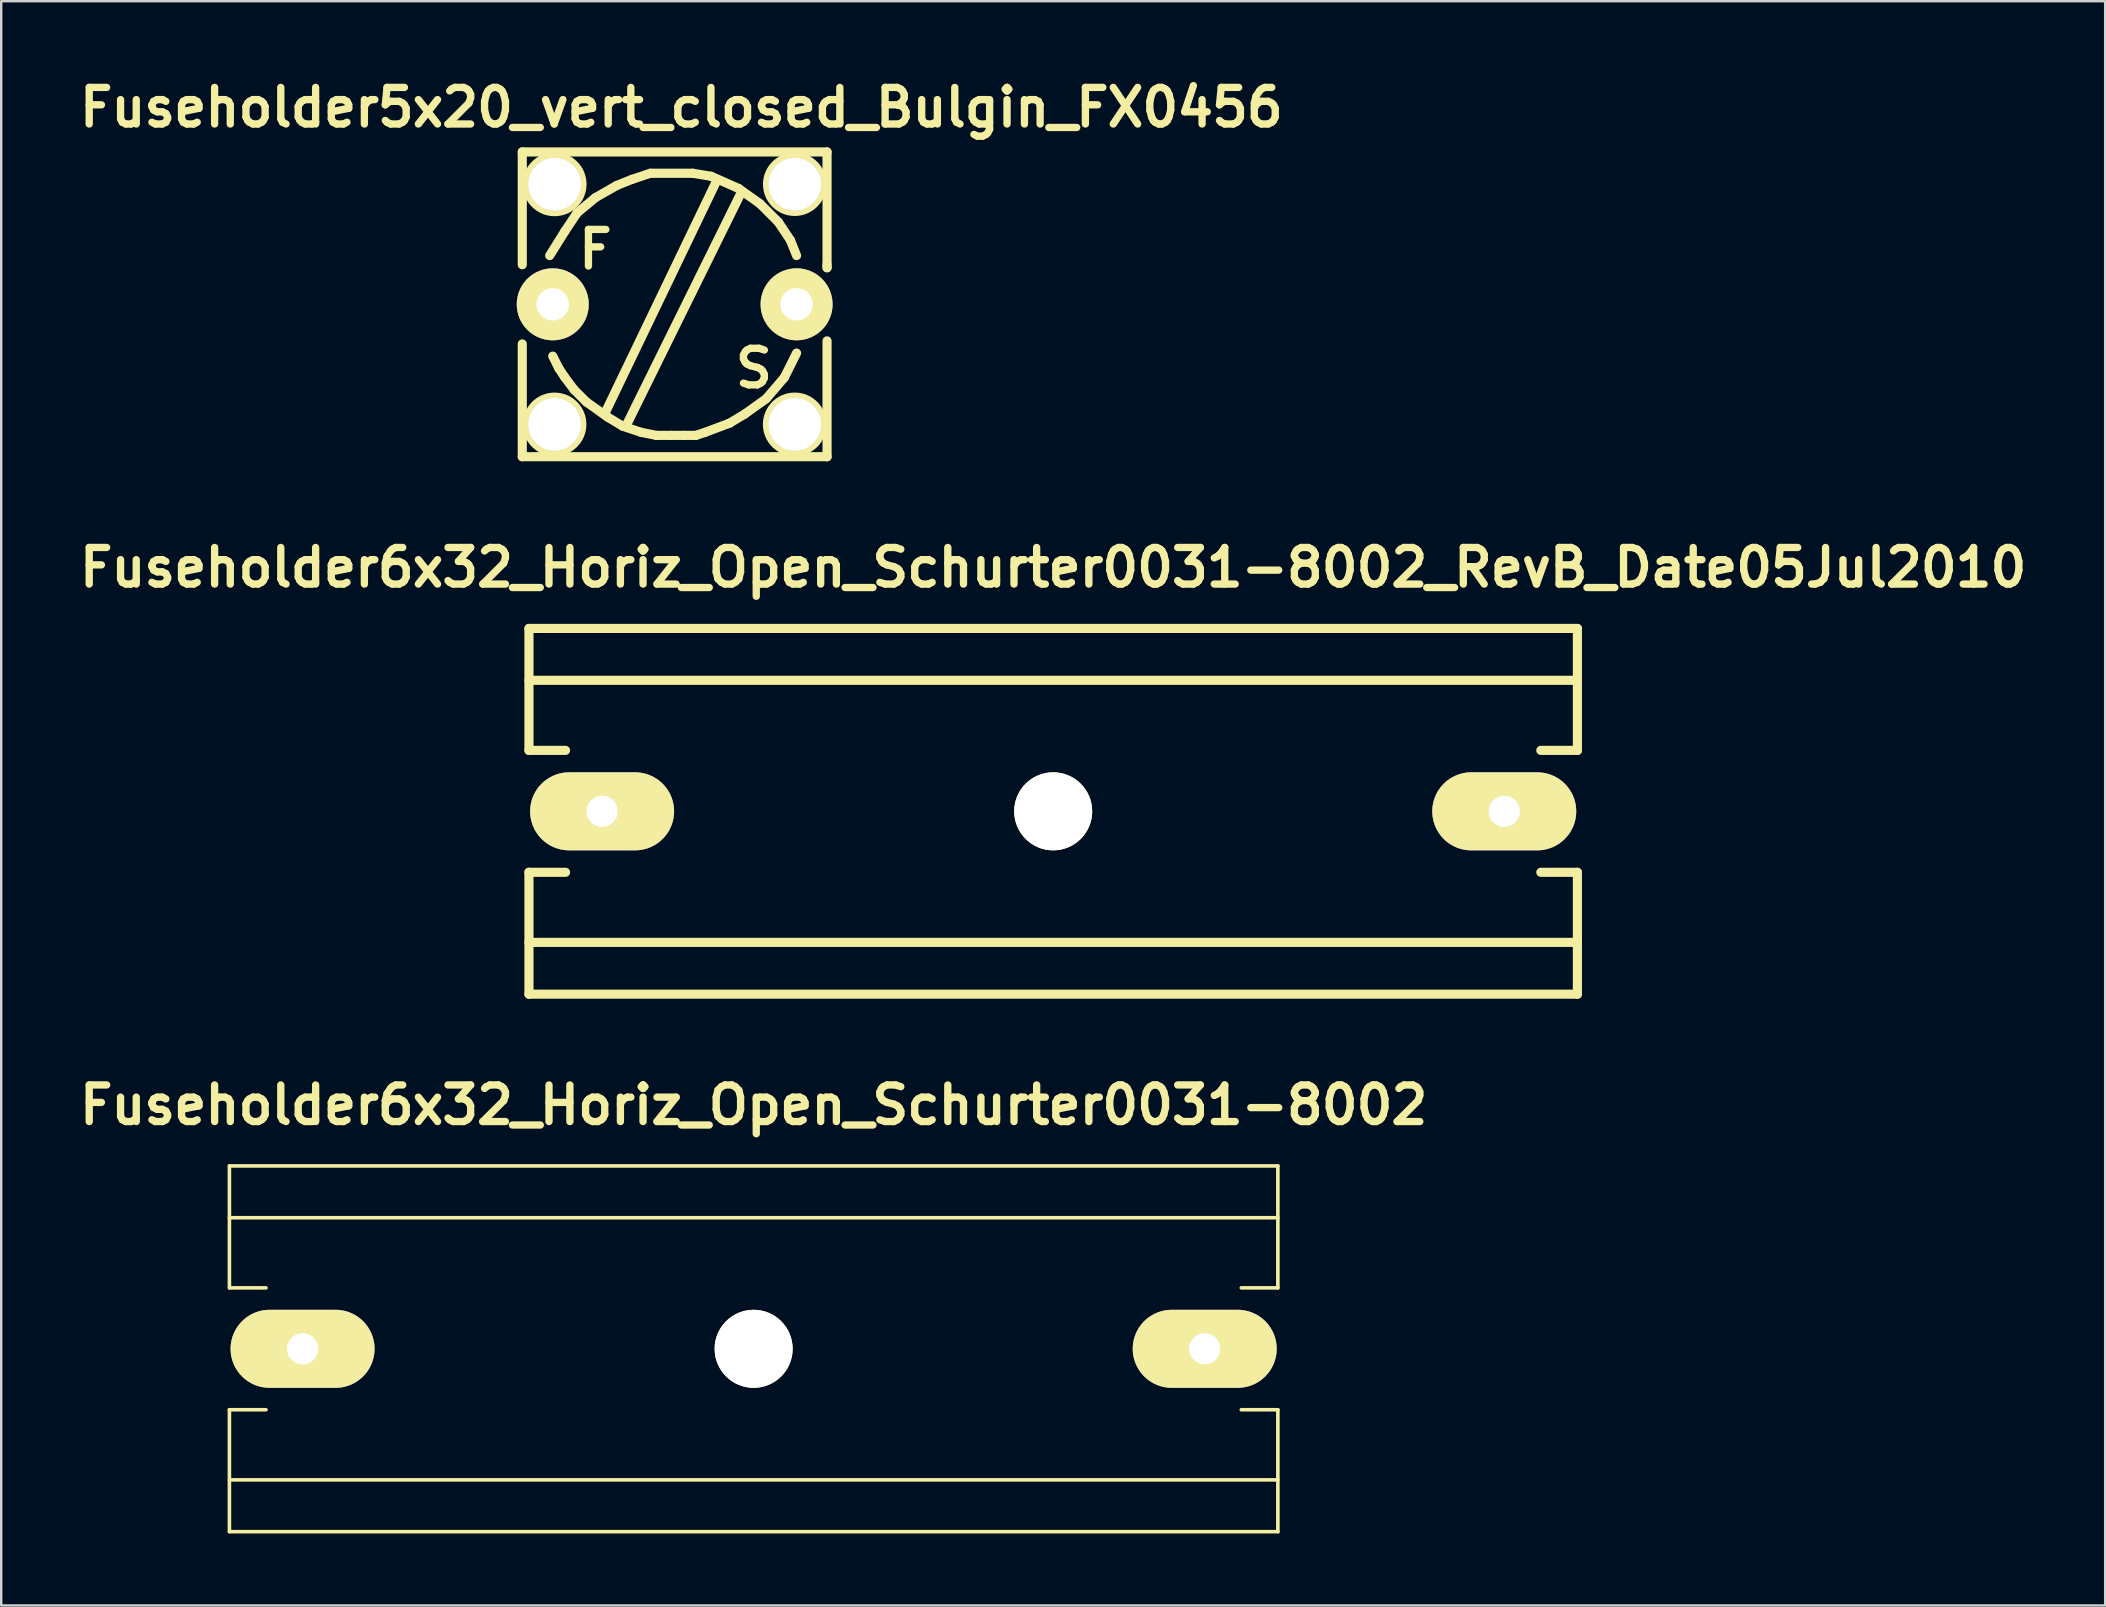
<source format=kicad_pcb>
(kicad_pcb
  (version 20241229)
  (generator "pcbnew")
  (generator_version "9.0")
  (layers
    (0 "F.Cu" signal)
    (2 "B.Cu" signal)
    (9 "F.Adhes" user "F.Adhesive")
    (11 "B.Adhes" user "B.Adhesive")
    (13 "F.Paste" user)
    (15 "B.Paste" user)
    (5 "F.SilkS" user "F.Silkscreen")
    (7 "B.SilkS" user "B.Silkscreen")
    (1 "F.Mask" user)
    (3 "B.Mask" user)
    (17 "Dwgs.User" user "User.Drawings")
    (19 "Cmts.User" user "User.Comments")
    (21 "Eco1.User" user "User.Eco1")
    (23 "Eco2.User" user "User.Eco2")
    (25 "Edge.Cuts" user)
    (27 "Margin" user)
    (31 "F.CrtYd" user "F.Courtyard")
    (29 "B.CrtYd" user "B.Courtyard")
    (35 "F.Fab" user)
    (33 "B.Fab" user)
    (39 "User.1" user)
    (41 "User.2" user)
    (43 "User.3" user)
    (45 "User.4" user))
  (footprint "Fuseholder5x20_vert_closed_Bulgin_FX0456"
    (layer "F.Cu")
    (at 25.063 9.631)
    (property "Reference" "Fuseholder5x20_vert_closed_Bulgin_FX0456" (at 0.279 -8.204 0) (layer "F.SilkS") (effects (font (size 1.524 1.524) (thickness 0.305))))
    (attr through_hole)
    (fp_line (start -6.35 -6.35) (end -6.35 -1.651) (stroke (width 0.381) (type solid)) (layer "F.SilkS"))
    (fp_line (start -6.35 6.35) (end -6.35 1.651) (stroke (width 0.381) (type solid)) (layer "F.SilkS"))
    (fp_line (start -6.35 6.35) (end 6.35 6.35) (stroke (width 0.381) (type solid)) (layer "F.SilkS"))
    (fp_line (start -5.08 2.159) (end -4.826 2.667) (stroke (width 0.381) (type solid)) (layer "F.SilkS"))
    (fp_line (start -4.826 2.667) (end -4.572 3.048) (stroke (width 0.381) (type solid)) (layer "F.SilkS"))
    (fp_line (start -4.572 -3.048) (end -5.207 -2.032) (stroke (width 0.381) (type solid)) (layer "F.SilkS"))
    (fp_line (start -4.572 3.048) (end -4.191 3.556) (stroke (width 0.381) (type solid)) (layer "F.SilkS"))
    (fp_line (start -4.191 3.556) (end -3.683 4.064) (stroke (width 0.381) (type solid)) (layer "F.SilkS"))
    (fp_line (start -4.064 -3.81) (end -4.572 -3.048) (stroke (width 0.381) (type solid)) (layer "F.SilkS"))
    (fp_line (start -3.683 4.064) (end -2.794 4.699) (stroke (width 0.381) (type solid)) (layer "F.SilkS"))
    (fp_line (start -3.302 -4.445) (end -4.064 -3.81) (stroke (width 0.381) (type solid)) (layer "F.SilkS"))
    (fp_line (start -2.794 4.699) (end -2.159 5.08) (stroke (width 0.381) (type solid)) (layer "F.SilkS"))
    (fp_line (start -2.413 -4.953) (end -3.302 -4.445) (stroke (width 0.381) (type solid)) (layer "F.SilkS"))
    (fp_line (start -2.159 5.08) (end -1.397 5.334) (stroke (width 0.381) (type solid)) (layer "F.SilkS"))
    (fp_line (start -1.778 -5.207) (end -2.413 -4.953) (stroke (width 0.381) (type solid)) (layer "F.SilkS"))
    (fp_line (start -1.397 5.334) (end -0.762 5.461) (stroke (width 0.381) (type solid)) (layer "F.SilkS"))
    (fp_line (start -1.016 -5.461) (end -1.778 -5.207) (stroke (width 0.381) (type solid)) (layer "F.SilkS"))
    (fp_line (start -0.762 5.461) (end -0.127 5.461) (stroke (width 0.381) (type solid)) (layer "F.SilkS"))
    (fp_line (start -0.127 5.461) (end 0.381 5.461) (stroke (width 0.381) (type solid)) (layer "F.SilkS"))
    (fp_line (start 0.381 5.461) (end 0.889 5.461) (stroke (width 0.381) (type solid)) (layer "F.SilkS"))
    (fp_line (start 0.762 -5.461) (end -1.016 -5.461) (stroke (width 0.381) (type solid)) (layer "F.SilkS"))
    (fp_line (start 0.889 5.461) (end 1.27 5.334) (stroke (width 0.381) (type solid)) (layer "F.SilkS"))
    (fp_line (start 1.27 5.334) (end 2.286 4.953) (stroke (width 0.381) (type solid)) (layer "F.SilkS"))
    (fp_line (start 1.524 -5.334) (end 0.762 -5.461) (stroke (width 0.381) (type solid)) (layer "F.SilkS"))
    (fp_line (start 1.778 -5.207) (end -2.921 4.572) (stroke (width 0.381) (type solid)) (layer "F.SilkS"))
    (fp_line (start 2.286 4.953) (end 2.921 4.572) (stroke (width 0.381) (type solid)) (layer "F.SilkS"))
    (fp_line (start 2.667 -4.826) (end 1.524 -5.334) (stroke (width 0.381) (type solid)) (layer "F.SilkS"))
    (fp_line (start 2.794 -4.699) (end -2.032 5.08) (stroke (width 0.381) (type solid)) (layer "F.SilkS"))
    (fp_line (start 2.921 4.572) (end 3.81 3.937) (stroke (width 0.381) (type solid)) (layer "F.SilkS"))
    (fp_line (start 3.556 -4.191) (end 2.667 -4.826) (stroke (width 0.381) (type solid)) (layer "F.SilkS"))
    (fp_line (start 3.81 3.937) (end 4.572 3.048) (stroke (width 0.381) (type solid)) (layer "F.SilkS"))
    (fp_line (start 4.318 -3.429) (end 3.556 -4.191) (stroke (width 0.381) (type solid)) (layer "F.SilkS"))
    (fp_line (start 4.572 3.048) (end 5.08 2.032) (stroke (width 0.381) (type solid)) (layer "F.SilkS"))
    (fp_line (start 4.826 -2.667) (end 4.318 -3.429) (stroke (width 0.381) (type solid)) (layer "F.SilkS"))
    (fp_line (start 5.08 -2.032) (end 4.826 -2.667) (stroke (width 0.381) (type solid)) (layer "F.SilkS"))
    (fp_line (start 6.35 -6.35) (end -6.35 -6.35) (stroke (width 0.381) (type solid)) (layer "F.SilkS"))
    (fp_line (start 6.35 -6.35) (end 6.35 -1.524) (stroke (width 0.381) (type solid)) (layer "F.SilkS"))
    (fp_line (start 6.35 -1.524) (end 6.35 -1.651) (stroke (width 0.381) (type solid)) (layer "F.SilkS"))
    (fp_line (start 6.35 6.35) (end 6.35 1.524) (stroke (width 0.381) (type solid)) (layer "F.SilkS"))
    (fp_circle (center -5.004 -5.004) (end -4.597 -3.937) (stroke (width 0.381) (type solid)) (fill no) (layer "F.SilkS"))
    (fp_circle (center -5.004 5.004) (end -4.496 6.02) (stroke (width 0.381) (type solid)) (fill no) (layer "F.SilkS"))
    (fp_circle (center 5.004 -5.004) (end 5.385 -3.937) (stroke (width 0.381) (type solid)) (fill no) (layer "F.SilkS"))
    (fp_circle (center 5.004 5.004) (end 5.563 5.994) (stroke (width 0.381) (type solid)) (fill no) (layer "F.SilkS"))
    (fp_text user "F" (at -3.302 -2.286 0) (layer "F.SilkS") (effects (font (size 1.524 1.524) (thickness 0.305))))
    (fp_text user "S" (at 3.302 2.667 0) (layer "F.SilkS") (effects (font (size 1.524 1.524) (thickness 0.305))))
    (pad "1" thru_hole circle (at -5.08 0) (size 3 3) (drill 1.349) (layers "*.Cu" "*.Mask" "F.SilkS"))
    (pad "2" thru_hole circle (at 5.08 0) (size 3 3) (drill 1.349) (layers "*.Cu" "*.Mask" "F.SilkS"))
    (pad "3" thru_hole circle (at -5.004 -5.004) (size 2.2 2.2) (drill 2.2) (layers "*.Cu" "F.SilkS" "Dwgs.User"))
    (pad "3" thru_hole circle (at -5.004 5.004) (size 2.2 2.2) (drill 2.2) (layers "*.Cu" "F.SilkS" "Dwgs.User"))
    (pad "3" thru_hole circle (at 5.004 -5.004) (size 2.2 2.2) (drill 2.2) (layers "*.Cu" "F.SilkS" "Dwgs.User"))
    (pad "3" thru_hole circle (at 5.004 5.004) (size 2.2 2.2) (drill 2.2) (layers "*.Cu" "F.SilkS" "Dwgs.User")))
  (footprint "Fuseholder6x32_Horiz_Open_Schurter0031-8002_RevB_Date05Jul2010"
    (layer "F.Cu")
    (at 40.836 30.758)
    (property "Reference" "Fuseholder6x32_Horiz_Open_Schurter0031-8002_RevB_Date05Jul2010" (at 0 -10.16 0) (layer "F.SilkS") (effects (font (size 1.524 1.524) (thickness 0.305))))
    (attr through_hole)
    (fp_line (start -21.844 -7.62) (end -21.844 -2.54) (stroke (width 0.381) (type solid)) (layer "F.SilkS"))
    (fp_line (start -21.844 -7.62) (end 21.844 -7.62) (stroke (width 0.381) (type solid)) (layer "F.SilkS"))
    (fp_line (start -21.844 -5.461) (end 21.844 -5.461) (stroke (width 0.381) (type solid)) (layer "F.SilkS"))
    (fp_line (start -21.844 -2.54) (end -20.32 -2.54) (stroke (width 0.381) (type solid)) (layer "F.SilkS"))
    (fp_line (start -21.844 2.54) (end -21.844 7.62) (stroke (width 0.381) (type solid)) (layer "F.SilkS"))
    (fp_line (start -20.32 2.54) (end -21.844 2.54) (stroke (width 0.381) (type solid)) (layer "F.SilkS"))
    (fp_line (start 20.32 2.54) (end 21.844 2.54) (stroke (width 0.381) (type solid)) (layer "F.SilkS"))
    (fp_line (start 21.844 -7.62) (end 21.844 -2.54) (stroke (width 0.381) (type solid)) (layer "F.SilkS"))
    (fp_line (start 21.844 -2.54) (end 20.32 -2.54) (stroke (width 0.381) (type solid)) (layer "F.SilkS"))
    (fp_line (start 21.844 2.54) (end 21.844 7.62) (stroke (width 0.381) (type solid)) (layer "F.SilkS"))
    (fp_line (start 21.844 5.461) (end -21.844 5.461) (stroke (width 0.381) (type solid)) (layer "F.SilkS"))
    (fp_line (start 21.844 7.62) (end -21.844 7.62) (stroke (width 0.381) (type solid)) (layer "F.SilkS"))
    (pad "" np_thru_hole circle (at 0 0) (size 3.251 3.251) (drill 3.251) (layers "*.Cu" "*.Mask" "F.SilkS"))
    (pad "1" thru_hole oval (at -18.796 0 90) (size 3.251 5.999) (drill 1.3) (layers "*.Cu" "*.Mask" "F.SilkS"))
    (pad "2" thru_hole oval (at 18.796 0 90) (size 3.251 5.999) (drill 1.3) (layers "*.Cu" "*.Mask" "F.SilkS")))
  (footprint "Fuseholder6x32_Horiz_Open_Schurter0031-8002"
    (layer "F.Cu")
    (at 28.354 53.155)
    (property "Reference" "Fuseholder6x32_Horiz_Open_Schurter0031-8002" (at 0 -10.16 0) (layer "F.SilkS") (effects (font (size 1.524 1.524) (thickness 0.305))))
    (attr through_hole)
    (fp_line (start -21.844 -7.62) (end -21.844 -2.54) (stroke (width 0.15) (type solid)) (layer "F.SilkS"))
    (fp_line (start -21.844 -7.62) (end 21.844 -7.62) (stroke (width 0.15) (type solid)) (layer "F.SilkS"))
    (fp_line (start -21.844 -5.461) (end 21.844 -5.461) (stroke (width 0.15) (type solid)) (layer "F.SilkS"))
    (fp_line (start -21.844 -2.54) (end -20.32 -2.54) (stroke (width 0.15) (type solid)) (layer "F.SilkS"))
    (fp_line (start -21.844 2.54) (end -21.844 7.62) (stroke (width 0.15) (type solid)) (layer "F.SilkS"))
    (fp_line (start -20.32 2.54) (end -21.844 2.54) (stroke (width 0.15) (type solid)) (layer "F.SilkS"))
    (fp_line (start 20.32 2.54) (end 21.844 2.54) (stroke (width 0.15) (type solid)) (layer "F.SilkS"))
    (fp_line (start 21.844 -7.62) (end 21.844 -2.54) (stroke (width 0.15) (type solid)) (layer "F.SilkS"))
    (fp_line (start 21.844 -2.54) (end 20.32 -2.54) (stroke (width 0.15) (type solid)) (layer "F.SilkS"))
    (fp_line (start 21.844 2.54) (end 21.844 7.62) (stroke (width 0.15) (type solid)) (layer "F.SilkS"))
    (fp_line (start 21.844 5.461) (end -21.844 5.461) (stroke (width 0.15) (type solid)) (layer "F.SilkS"))
    (fp_line (start 21.844 7.62) (end -21.844 7.62) (stroke (width 0.15) (type solid)) (layer "F.SilkS"))
    (pad "" np_thru_hole circle (at 0 0) (size 3.251 3.251) (drill 3.251) (layers "*.Cu" "*.Mask" "F.SilkS"))
    (pad "1" thru_hole oval (at -18.796 0 90) (size 3.251 5.999) (drill 1.3) (layers "*.Cu" "*.Mask" "F.SilkS"))
    (pad "2" thru_hole oval (at 18.796 0 90) (size 3.251 5.999) (drill 1.3) (layers "*.Cu" "*.Mask" "F.SilkS")))
  (gr_rect
    (start -3 -3)
    (end 84.672 63.85)
    (stroke (width 0.1) (type default))
    (fill no)
    (layer "Edge.Cuts")))
</source>
